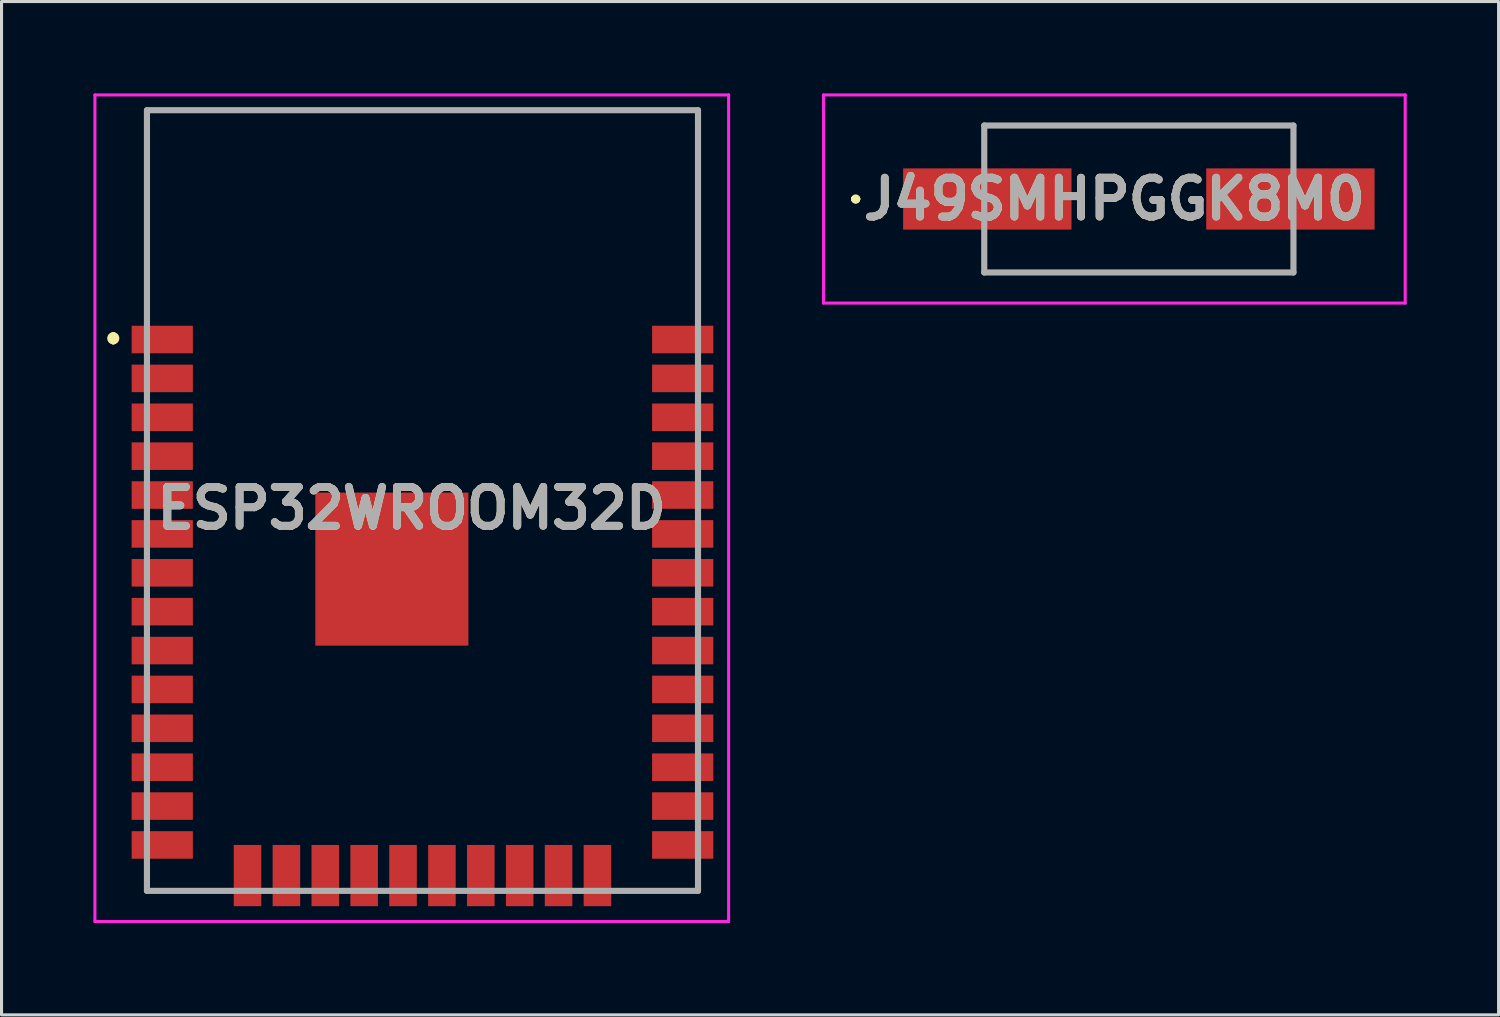
<source format=kicad_pcb>
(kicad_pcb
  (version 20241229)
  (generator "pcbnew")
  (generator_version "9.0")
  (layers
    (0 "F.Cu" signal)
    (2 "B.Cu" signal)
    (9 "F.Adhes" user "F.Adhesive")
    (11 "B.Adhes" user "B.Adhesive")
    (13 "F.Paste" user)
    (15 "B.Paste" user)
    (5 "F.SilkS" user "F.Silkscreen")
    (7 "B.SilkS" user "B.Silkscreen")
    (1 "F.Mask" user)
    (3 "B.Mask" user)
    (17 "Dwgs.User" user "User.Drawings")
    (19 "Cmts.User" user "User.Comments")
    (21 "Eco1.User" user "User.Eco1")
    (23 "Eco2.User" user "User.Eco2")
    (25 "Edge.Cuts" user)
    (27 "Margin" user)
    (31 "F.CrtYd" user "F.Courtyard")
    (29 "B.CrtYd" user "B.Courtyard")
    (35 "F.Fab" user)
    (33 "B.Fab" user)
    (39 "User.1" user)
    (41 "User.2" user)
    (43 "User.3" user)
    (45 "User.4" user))
  (footprint "J49SMHPGGK8M0"
    (layer "F.Cu")
    (at 34.15 3.45)
    (property "Reference" "J49SMHPGGK8M0" (at -0.8 0 0) (layer "F.SilkS") (effects (font (size 1.27 1.27) (thickness 0.254))))
    (attr smd)
    (fp_line (start -9.3 0) (end -9.3 0) (stroke (width 0.2) (type solid)) (layer "F.SilkS"))
    (fp_line (start -9.3 0) (end -9.3 0) (stroke (width 0.2) (type solid)) (layer "F.SilkS"))
    (fp_line (start -9.2 0) (end -9.2 0) (stroke (width 0.2) (type solid)) (layer "F.SilkS"))
    (fp_line (start -5.05 -2.4) (end -5.05 -2.4) (stroke (width 0.1) (type solid)) (layer "F.SilkS"))
    (fp_line (start -5.05 -2.4) (end -5.05 -2.4) (stroke (width 0.1) (type solid)) (layer "F.SilkS"))
    (fp_line (start -5.05 -2.4) (end -5.05 -1.75) (stroke (width 0.1) (type solid)) (layer "F.SilkS"))
    (fp_line (start -5.05 -2.4) (end 5.05 -2.4) (stroke (width 0.1) (type solid)) (layer "F.SilkS"))
    (fp_line (start -5.05 -1.75) (end -5.05 -2.4) (stroke (width 0.1) (type solid)) (layer "F.SilkS"))
    (fp_line (start -5.05 -1.75) (end -5.05 -1.75) (stroke (width 0.1) (type solid)) (layer "F.SilkS"))
    (fp_line (start -5.05 1.5) (end -5.05 1.5) (stroke (width 0.1) (type solid)) (layer "F.SilkS"))
    (fp_line (start -5.05 1.5) (end -5.05 2.4) (stroke (width 0.1) (type solid)) (layer "F.SilkS"))
    (fp_line (start -5.05 2.4) (end -5.05 1.5) (stroke (width 0.1) (type solid)) (layer "F.SilkS"))
    (fp_line (start -5.05 2.4) (end -5.05 2.4) (stroke (width 0.1) (type solid)) (layer "F.SilkS"))
    (fp_line (start -5.05 2.4) (end -5.05 2.4) (stroke (width 0.1) (type solid)) (layer "F.SilkS"))
    (fp_line (start -5.05 2.4) (end 5 2.4) (stroke (width 0.1) (type solid)) (layer "F.SilkS"))
    (fp_line (start 5 2.4) (end -5.05 2.4) (stroke (width 0.1) (type solid)) (layer "F.SilkS"))
    (fp_line (start 5 2.4) (end 5 2.4) (stroke (width 0.1) (type solid)) (layer "F.SilkS"))
    (fp_line (start 5.05 -2.4) (end -5.05 -2.4) (stroke (width 0.1) (type solid)) (layer "F.SilkS"))
    (fp_line (start 5.05 -2.4) (end 5.05 -2.4) (stroke (width 0.1) (type solid)) (layer "F.SilkS"))
    (fp_line (start 5.05 -2.4) (end 5.05 -2.4) (stroke (width 0.1) (type solid)) (layer "F.SilkS"))
    (fp_line (start 5.05 -2.4) (end 5.05 -1.75) (stroke (width 0.1) (type solid)) (layer "F.SilkS"))
    (fp_line (start 5.05 -1.75) (end 5.05 -2.4) (stroke (width 0.1) (type solid)) (layer "F.SilkS"))
    (fp_line (start 5.05 -1.75) (end 5.05 -1.75) (stroke (width 0.1) (type solid)) (layer "F.SilkS"))
    (fp_line (start 5.05 1.75) (end 5.05 1.75) (stroke (width 0.1) (type solid)) (layer "F.SilkS"))
    (fp_line (start 5.05 1.75) (end 5.05 2.4) (stroke (width 0.1) (type solid)) (layer "F.SilkS"))
    (fp_line (start 5.05 2.4) (end 5.05 1.75) (stroke (width 0.1) (type solid)) (layer "F.SilkS"))
    (fp_line (start 5.05 2.4) (end 5.05 2.4) (stroke (width 0.1) (type solid)) (layer "F.SilkS"))
    (fp_arc (start -9.3 0) (mid -9.25 -0.05) (end -9.2 0) (stroke (width 0.2) (type solid)) (layer "F.SilkS"))
    (fp_arc (start -9.2 0) (mid -9.25 0.05) (end -9.3 0) (stroke (width 0.2) (type solid)) (layer "F.SilkS"))
    (fp_arc (start -9.2 0) (mid -9.25 0.05) (end -9.3 0) (stroke (width 0.2) (type solid)) (layer "F.SilkS"))
    (fp_line (start -10.3 -3.4) (end 8.7 -3.4) (stroke (width 0.1) (type solid)) (layer "F.CrtYd"))
    (fp_line (start -10.3 3.4) (end -10.3 -3.4) (stroke (width 0.1) (type solid)) (layer "F.CrtYd"))
    (fp_line (start 8.7 -3.4) (end 8.7 3.4) (stroke (width 0.1) (type solid)) (layer "F.CrtYd"))
    (fp_line (start 8.7 3.4) (end -10.3 3.4) (stroke (width 0.1) (type solid)) (layer "F.CrtYd"))
    (fp_line (start -5.05 -2.4) (end -5.05 2.4) (stroke (width 0.2) (type solid)) (layer "F.Fab"))
    (fp_line (start -5.05 2.4) (end 5.05 2.4) (stroke (width 0.2) (type solid)) (layer "F.Fab"))
    (fp_line (start 5.05 -2.4) (end -5.05 -2.4) (stroke (width 0.2) (type solid)) (layer "F.Fab"))
    (fp_line (start 5.05 2.4) (end 5.05 -2.4) (stroke (width 0.2) (type solid)) (layer "F.Fab"))
    (fp_text user "${REFERENCE}" (at -0.8 0 0) (layer "F.Fab") (effects (font (size 1.27 1.27) (thickness 0.254))))
    (pad "1" smd rect (at -4.95 0 90) (size 2 5.5) (layers "F.Cu" "F.Mask" "F.Paste"))
    (pad "2" smd rect (at 4.95 0 90) (size 2 5.5) (layers "F.Cu" "F.Mask" "F.Paste")))
  (footprint "ESP32WROOM32D"
    (layer "F.Cu")
    (at 10.4 13.55)
    (property "Reference" "ESP32WROOM32D" (at 0 0 0) (layer "F.SilkS") (effects (font (size 1.27 1.27) (thickness 0.254))))
    (attr smd)
    (fp_line (start -9.75 -5.65) (end -9.75 -5.65) (stroke (width 0.2) (type solid)) (layer "F.SilkS"))
    (fp_line (start -9.75 -5.45) (end -9.75 -5.45) (stroke (width 0.2) (type solid)) (layer "F.SilkS"))
    (fp_line (start -8.65 -13) (end 9.35 -13) (stroke (width 0.1) (type solid)) (layer "F.SilkS"))
    (fp_line (start -8.65 -6.75) (end -8.65 -13) (stroke (width 0.1) (type solid)) (layer "F.SilkS"))
    (fp_line (start -8.65 12) (end -8.65 12.5) (stroke (width 0.1) (type solid)) (layer "F.SilkS"))
    (fp_line (start -8.65 12.5) (end -6.65 12.5) (stroke (width 0.1) (type solid)) (layer "F.SilkS"))
    (fp_line (start 7.35 12.5) (end 9.35 12.5) (stroke (width 0.1) (type solid)) (layer "F.SilkS"))
    (fp_line (start 9.35 -13) (end 9.35 -6.75) (stroke (width 0.1) (type solid)) (layer "F.SilkS"))
    (fp_line (start 9.35 12.5) (end 9.35 12) (stroke (width 0.1) (type solid)) (layer "F.SilkS"))
    (fp_arc (start -9.75 -5.65) (mid -9.65 -5.55) (end -9.75 -5.45) (stroke (width 0.2) (type solid)) (layer "F.SilkS"))
    (fp_arc (start -9.75 -5.45) (mid -9.85 -5.55) (end -9.75 -5.65) (stroke (width 0.2) (type solid)) (layer "F.SilkS"))
    (fp_line (start -10.35 -13.5) (end 10.35 -13.5) (stroke (width 0.1) (type solid)) (layer "F.CrtYd"))
    (fp_line (start -10.35 13.5) (end -10.35 -13.5) (stroke (width 0.1) (type solid)) (layer "F.CrtYd"))
    (fp_line (start 10.35 -13.5) (end 10.35 13.5) (stroke (width 0.1) (type solid)) (layer "F.CrtYd"))
    (fp_line (start 10.35 13.5) (end -10.35 13.5) (stroke (width 0.1) (type solid)) (layer "F.CrtYd"))
    (fp_line (start -8.65 -13) (end 9.35 -13) (stroke (width 0.2) (type solid)) (layer "F.Fab"))
    (fp_line (start -8.65 12.5) (end -8.65 -13) (stroke (width 0.2) (type solid)) (layer "F.Fab"))
    (fp_line (start 9.35 -13) (end 9.35 12.5) (stroke (width 0.2) (type solid)) (layer "F.Fab"))
    (fp_line (start 9.35 12.5) (end -8.65 12.5) (stroke (width 0.2) (type solid)) (layer "F.Fab"))
    (fp_text user "${REFERENCE}" (at 0 0 0) (layer "F.Fab") (effects (font (size 1.27 1.27) (thickness 0.254))))
    (pad "1" smd rect (at -8.15 -5.51 90) (size 0.9 2) (layers "F.Cu" "F.Mask" "F.Paste"))
    (pad "2" smd rect (at -8.15 -4.24 90) (size 0.9 2) (layers "F.Cu" "F.Mask" "F.Paste"))
    (pad "3" smd rect (at -8.15 -2.97 90) (size 0.9 2) (layers "F.Cu" "F.Mask" "F.Paste"))
    (pad "4" smd rect (at -8.15 -1.7 90) (size 0.9 2) (layers "F.Cu" "F.Mask" "F.Paste"))
    (pad "5" smd rect (at -8.15 -0.43 90) (size 0.9 2) (layers "F.Cu" "F.Mask" "F.Paste"))
    (pad "6" smd rect (at -8.15 0.84 90) (size 0.9 2) (layers "F.Cu" "F.Mask" "F.Paste"))
    (pad "7" smd rect (at -8.15 2.11 90) (size 0.9 2) (layers "F.Cu" "F.Mask" "F.Paste"))
    (pad "8" smd rect (at -8.15 3.38 90) (size 0.9 2) (layers "F.Cu" "F.Mask" "F.Paste"))
    (pad "9" smd rect (at -8.15 4.65 90) (size 0.9 2) (layers "F.Cu" "F.Mask" "F.Paste"))
    (pad "10" smd rect (at -8.15 5.92 90) (size 0.9 2) (layers "F.Cu" "F.Mask" "F.Paste"))
    (pad "11" smd rect (at -8.15 7.19 90) (size 0.9 2) (layers "F.Cu" "F.Mask" "F.Paste"))
    (pad "12" smd rect (at -8.15 8.46 90) (size 0.9 2) (layers "F.Cu" "F.Mask" "F.Paste"))
    (pad "13" smd rect (at -8.15 9.73 90) (size 0.9 2) (layers "F.Cu" "F.Mask" "F.Paste"))
    (pad "14" smd rect (at -8.15 11 90) (size 0.9 2) (layers "F.Cu" "F.Mask" "F.Paste"))
    (pad "15" smd rect (at -5.365 12) (size 0.9 2) (layers "F.Cu" "F.Mask" "F.Paste"))
    (pad "16" smd rect (at -4.095 12) (size 0.9 2) (layers "F.Cu" "F.Mask" "F.Paste"))
    (pad "17" smd rect (at -2.825 12) (size 0.9 2) (layers "F.Cu" "F.Mask" "F.Paste"))
    (pad "18" smd rect (at -1.555 12) (size 0.9 2) (layers "F.Cu" "F.Mask" "F.Paste"))
    (pad "19" smd rect (at -0.285 12) (size 0.9 2) (layers "F.Cu" "F.Mask" "F.Paste"))
    (pad "20" smd rect (at 0.985 12) (size 0.9 2) (layers "F.Cu" "F.Mask" "F.Paste"))
    (pad "21" smd rect (at 2.255 12) (size 0.9 2) (layers "F.Cu" "F.Mask" "F.Paste"))
    (pad "22" smd rect (at 3.525 12) (size 0.9 2) (layers "F.Cu" "F.Mask" "F.Paste"))
    (pad "23" smd rect (at 4.795 12) (size 0.9 2) (layers "F.Cu" "F.Mask" "F.Paste"))
    (pad "24" smd rect (at 6.065 12) (size 0.9 2) (layers "F.Cu" "F.Mask" "F.Paste"))
    (pad "25" smd rect (at 8.85 11 90) (size 0.9 2) (layers "F.Cu" "F.Mask" "F.Paste"))
    (pad "26" smd rect (at 8.85 9.73 90) (size 0.9 2) (layers "F.Cu" "F.Mask" "F.Paste"))
    (pad "27" smd rect (at 8.85 8.46 90) (size 0.9 2) (layers "F.Cu" "F.Mask" "F.Paste"))
    (pad "28" smd rect (at 8.85 7.19 90) (size 0.9 2) (layers "F.Cu" "F.Mask" "F.Paste"))
    (pad "29" smd rect (at 8.85 5.92 90) (size 0.9 2) (layers "F.Cu" "F.Mask" "F.Paste"))
    (pad "30" smd rect (at 8.85 4.65 90) (size 0.9 2) (layers "F.Cu" "F.Mask" "F.Paste"))
    (pad "31" smd rect (at 8.85 3.38 90) (size 0.9 2) (layers "F.Cu" "F.Mask" "F.Paste"))
    (pad "32" smd rect (at 8.85 2.11 90) (size 0.9 2) (layers "F.Cu" "F.Mask" "F.Paste"))
    (pad "33" smd rect (at 8.85 0.84 90) (size 0.9 2) (layers "F.Cu" "F.Mask" "F.Paste"))
    (pad "34" smd rect (at 8.85 -0.43 90) (size 0.9 2) (layers "F.Cu" "F.Mask" "F.Paste"))
    (pad "35" smd rect (at 8.85 -1.7 90) (size 0.9 2) (layers "F.Cu" "F.Mask" "F.Paste"))
    (pad "36" smd rect (at 8.85 -2.97 90) (size 0.9 2) (layers "F.Cu" "F.Mask" "F.Paste"))
    (pad "37" smd rect (at 8.85 -4.24 90) (size 0.9 2) (layers "F.Cu" "F.Mask" "F.Paste"))
    (pad "38" smd rect (at 8.85 -5.51 90) (size 0.9 2) (layers "F.Cu" "F.Mask" "F.Paste"))
    (pad "39" smd rect (at -0.65 1.99 90) (size 5 5) (layers "F.Cu" "F.Mask" "F.Paste")))
  (gr_rect
    (start -3 -3)
    (end 45.9 30.1)
    (stroke (width 0.1) (type default))
    (fill no)
    (layer "Edge.Cuts")))
</source>
